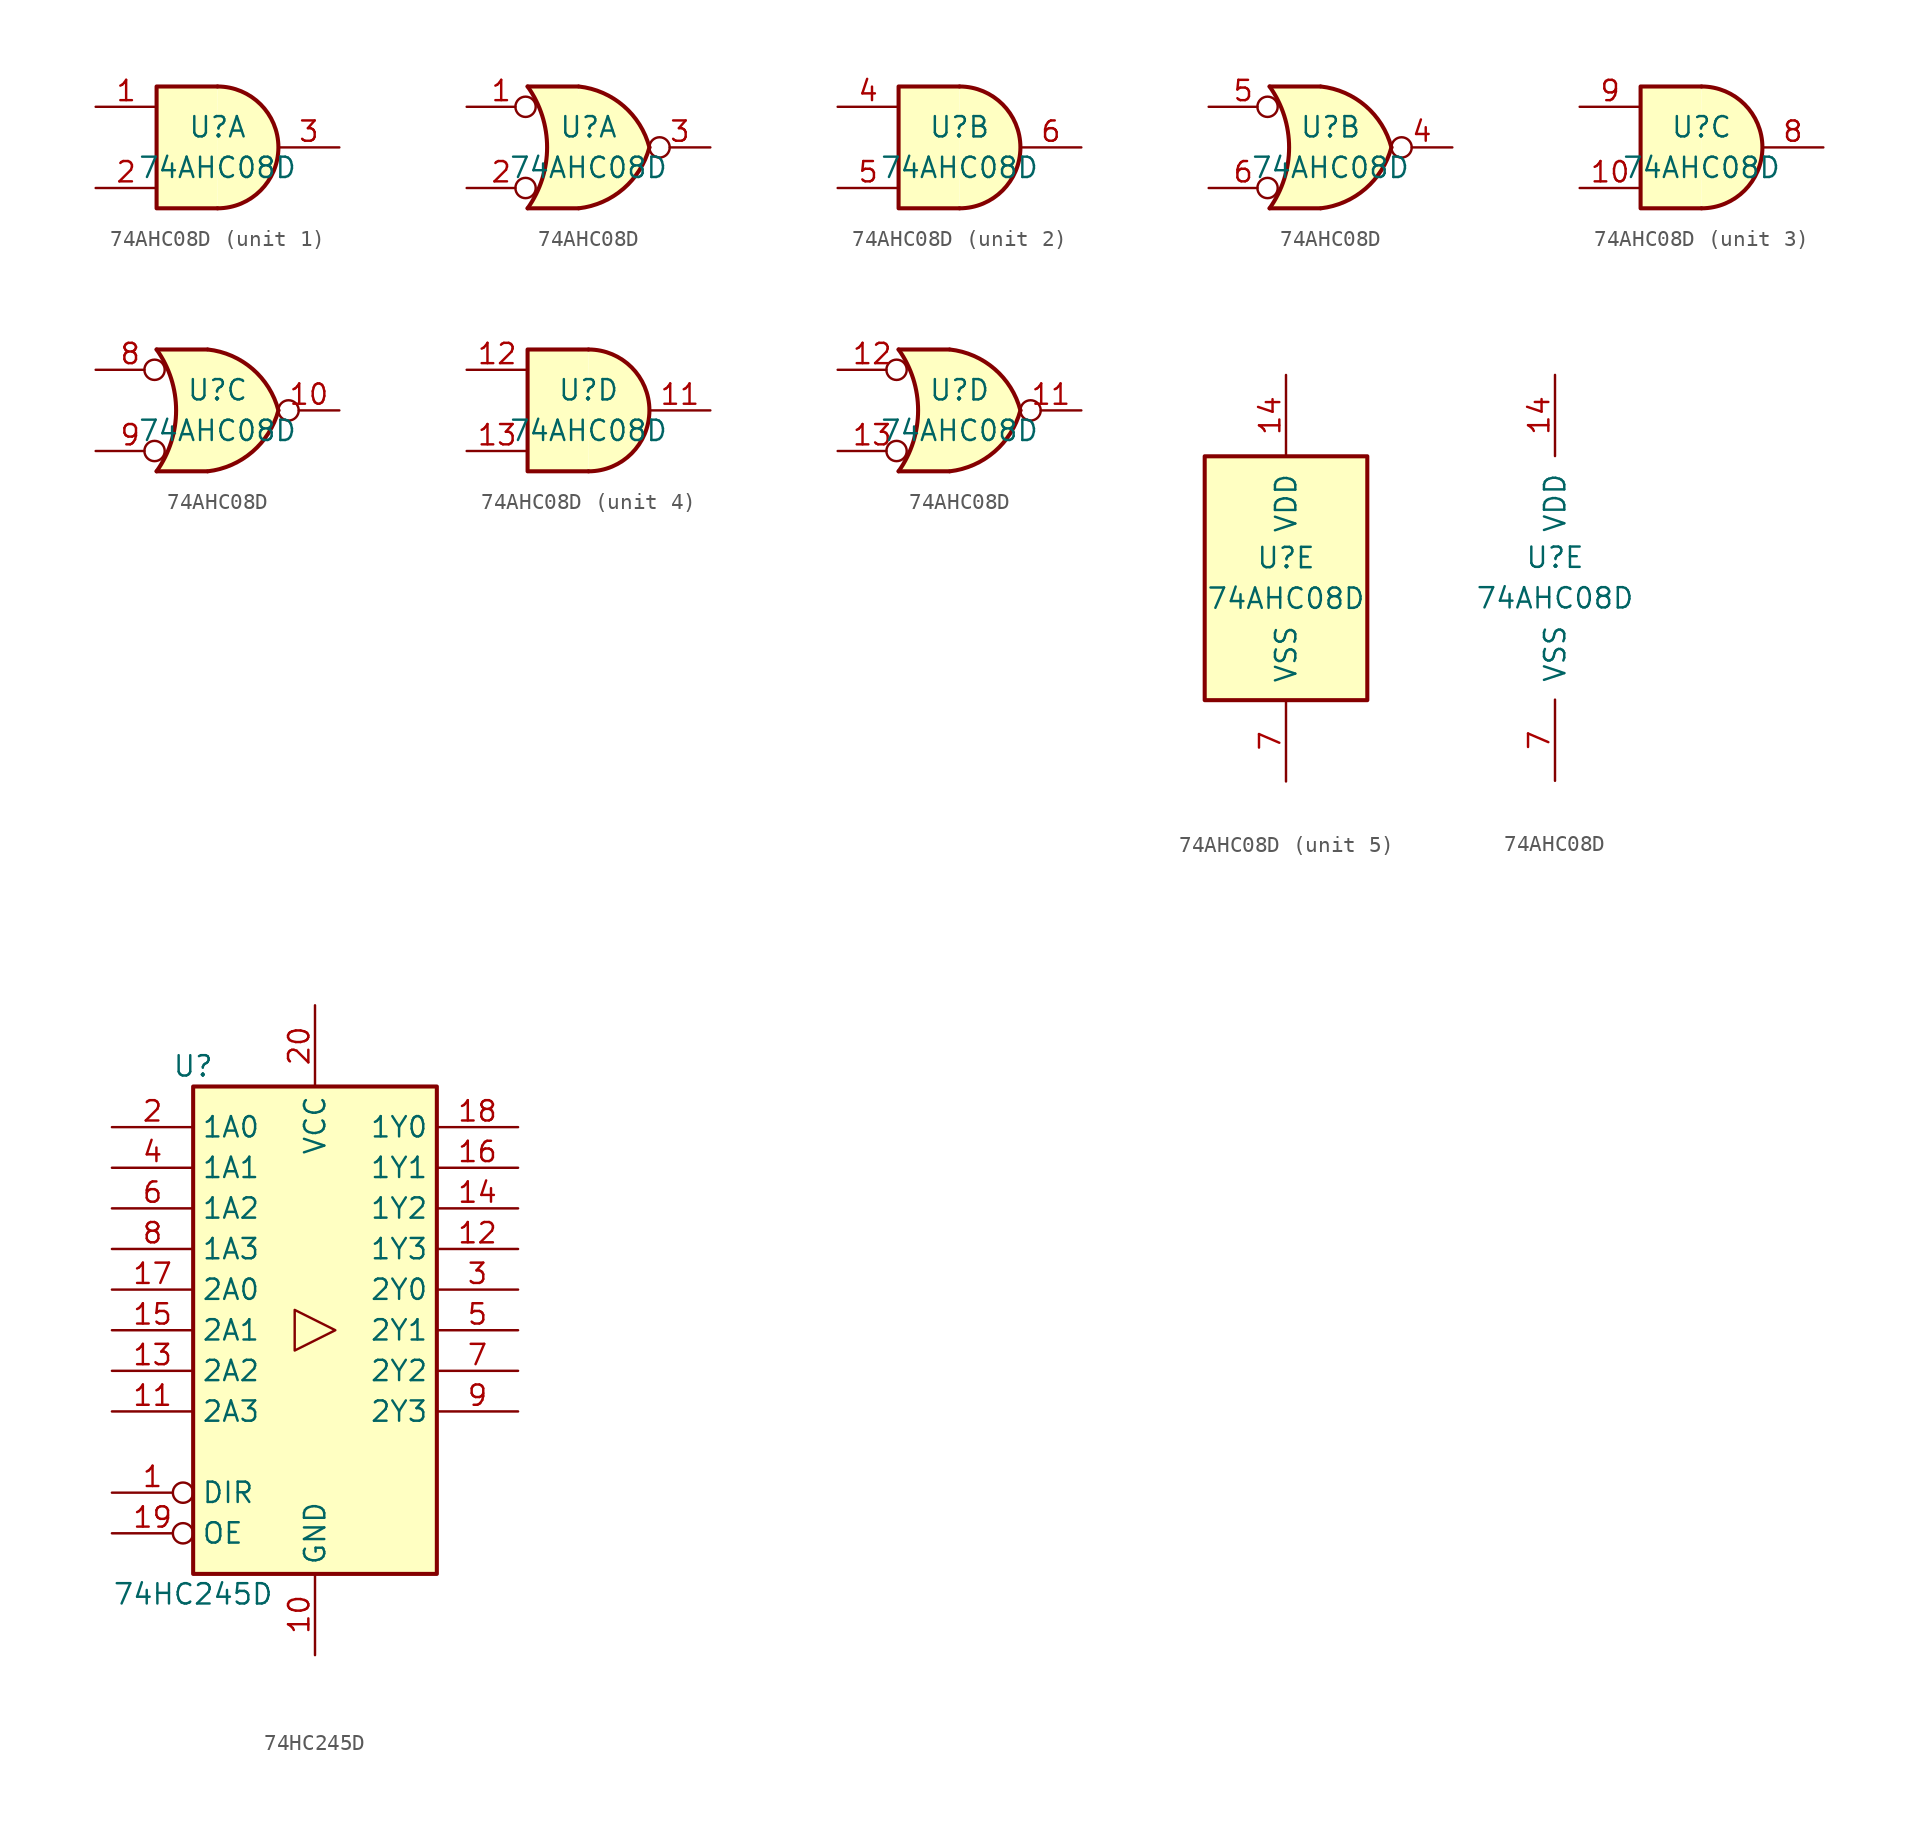
<source format=kicad_sym>
(kicad_symbol_lib
  (version 20241209)
  (generator "kicad_symbol_editor")
  (generator_version "9.0")
  (symbol "74AHC08D"
    (pin_names
      (offset 1.016))
    (property "Reference" "U"
      (at 0 1.27 0)
      (effects (font (size 1.27 1.27))))
    (property "Value" "74AHC08D"
      (at 0 -1.27 0)
      (effects (font (size 1.27 1.27))))
    (property "ki_locked" ""
      (at 0 0 0)
      (effects (font (size 1.27 1.27))))
    (symbol "74AHC08D_1_1"
      (arc (start 0 3.81) (mid 3.7934 0) (end 0 -3.81) (stroke (width 0.254) (type default)) (fill (type background)))
      (polyline (pts (xy 0 3.81) (xy -3.81 3.81) (xy -3.81 -3.81) (xy 0 -3.81)) (stroke (width 0.254) (type default)) (fill (type background)))
      (pin input line (at -7.62 2.54 0) (length 3.81) (name "~" (effects (font (size 1.27 1.27)))) (number "1" (effects (font (size 1.27 1.27)))))
      (pin input line (at -7.62 -2.54 0) (length 3.81) (name "~" (effects (font (size 1.27 1.27)))) (number "2" (effects (font (size 1.27 1.27)))))
      (pin output line (at 7.62 0 180) (length 3.81) (name "~" (effects (font (size 1.27 1.27)))) (number "3" (effects (font (size 1.27 1.27))))))
    (symbol "74AHC08D_1_2"
      (arc (start -3.81 3.81) (mid -2.589 0) (end -3.81 -3.81) (stroke (width 0.254) (type default)) (fill (type none)))
      (polyline (pts (xy -3.81 3.81) (xy -0.635 3.81)) (stroke (width 0.254) (type default)) (fill (type background)))
      (polyline (pts (xy -3.81 -3.81) (xy -0.635 -3.81)) (stroke (width 0.254) (type default)) (fill (type background)))
      (arc (start 3.81 0) (mid 2.1855 -2.584) (end -0.6096 -3.81) (stroke (width 0.254) (type default)) (fill (type background)))
      (arc (start -0.6096 3.81) (mid 2.1928 2.5924) (end 3.81 0) (stroke (width 0.254) (type default)) (fill (type background)))
      (polyline (pts (xy -0.635 3.81) (xy -3.81 3.81) (xy -3.81 3.81) (xy -3.556 3.404) (xy -3.023 2.261) (xy -2.692 1.041) (xy -2.616 -0.254) (xy -2.769 -1.499) (xy -3.175 -2.718) (xy -3.81 -3.81) (xy -3.81 -3.81) (xy -0.635 -3.81)) (stroke (width -25.4) (type default)) (fill (type background)))
      (pin input inverted (at -7.62 2.54 0) (length 4.318) (name "~" (effects (font (size 1.27 1.27)))) (number "1" (effects (font (size 1.27 1.27)))))
      (pin input inverted (at -7.62 -2.54 0) (length 4.318) (name "~" (effects (font (size 1.27 1.27)))) (number "2" (effects (font (size 1.27 1.27)))))
      (pin output inverted (at 7.62 0 180) (length 3.81) (name "~" (effects (font (size 1.27 1.27)))) (number "3" (effects (font (size 1.27 1.27))))))
    (symbol "74AHC08D_2_1"
      (arc (start 0 3.81) (mid 3.7934 0) (end 0 -3.81) (stroke (width 0.254) (type default)) (fill (type background)))
      (polyline (pts (xy 0 3.81) (xy -3.81 3.81) (xy -3.81 -3.81) (xy 0 -3.81)) (stroke (width 0.254) (type default)) (fill (type background)))
      (pin input line (at -7.62 2.54 0) (length 3.81) (name "~" (effects (font (size 1.27 1.27)))) (number "4" (effects (font (size 1.27 1.27)))))
      (pin input line (at -7.62 -2.54 0) (length 3.81) (name "~" (effects (font (size 1.27 1.27)))) (number "5" (effects (font (size 1.27 1.27)))))
      (pin output line (at 7.62 0 180) (length 3.81) (name "~" (effects (font (size 1.27 1.27)))) (number "6" (effects (font (size 1.27 1.27))))))
    (symbol "74AHC08D_2_2"
      (arc (start -3.81 3.81) (mid -2.589 0) (end -3.81 -3.81) (stroke (width 0.254) (type default)) (fill (type none)))
      (polyline (pts (xy -3.81 3.81) (xy -0.635 3.81)) (stroke (width 0.254) (type default)) (fill (type background)))
      (polyline (pts (xy -3.81 -3.81) (xy -0.635 -3.81)) (stroke (width 0.254) (type default)) (fill (type background)))
      (arc (start 3.81 0) (mid 2.1855 -2.584) (end -0.6096 -3.81) (stroke (width 0.254) (type default)) (fill (type background)))
      (arc (start -0.6096 3.81) (mid 2.1928 2.5924) (end 3.81 0) (stroke (width 0.254) (type default)) (fill (type background)))
      (polyline (pts (xy -0.635 3.81) (xy -3.81 3.81) (xy -3.81 3.81) (xy -3.556 3.404) (xy -3.023 2.261) (xy -2.692 1.041) (xy -2.616 -0.254) (xy -2.769 -1.499) (xy -3.175 -2.718) (xy -3.81 -3.81) (xy -3.81 -3.81) (xy -0.635 -3.81)) (stroke (width -25.4) (type default)) (fill (type background)))
      (pin input inverted (at -7.62 2.54 0) (length 4.318) (name "~" (effects (font (size 1.27 1.27)))) (number "5" (effects (font (size 1.27 1.27)))))
      (pin input inverted (at -7.62 -2.54 0) (length 4.318) (name "~" (effects (font (size 1.27 1.27)))) (number "6" (effects (font (size 1.27 1.27)))))
      (pin output inverted (at 7.62 0 180) (length 3.81) (name "~" (effects (font (size 1.27 1.27)))) (number "4" (effects (font (size 1.27 1.27))))))
    (symbol "74AHC08D_3_1"
      (arc (start 0 3.81) (mid 3.7934 0) (end 0 -3.81) (stroke (width 0.254) (type default)) (fill (type background)))
      (polyline (pts (xy 0 3.81) (xy -3.81 3.81) (xy -3.81 -3.81) (xy 0 -3.81)) (stroke (width 0.254) (type default)) (fill (type background)))
      (pin input line (at -7.62 2.54 0) (length 3.81) (name "~" (effects (font (size 1.27 1.27)))) (number "9" (effects (font (size 1.27 1.27)))))
      (pin input line (at -7.62 -2.54 0) (length 3.81) (name "~" (effects (font (size 1.27 1.27)))) (number "10" (effects (font (size 1.27 1.27)))))
      (pin output line (at 7.62 0 180) (length 3.81) (name "~" (effects (font (size 1.27 1.27)))) (number "8" (effects (font (size 1.27 1.27))))))
    (symbol "74AHC08D_3_2"
      (arc (start -3.81 3.81) (mid -2.589 0) (end -3.81 -3.81) (stroke (width 0.254) (type default)) (fill (type none)))
      (polyline (pts (xy -3.81 3.81) (xy -0.635 3.81)) (stroke (width 0.254) (type default)) (fill (type background)))
      (polyline (pts (xy -3.81 -3.81) (xy -0.635 -3.81)) (stroke (width 0.254) (type default)) (fill (type background)))
      (arc (start 3.81 0) (mid 2.1855 -2.584) (end -0.6096 -3.81) (stroke (width 0.254) (type default)) (fill (type background)))
      (arc (start -0.6096 3.81) (mid 2.1928 2.5924) (end 3.81 0) (stroke (width 0.254) (type default)) (fill (type background)))
      (polyline (pts (xy -0.635 3.81) (xy -3.81 3.81) (xy -3.81 3.81) (xy -3.556 3.404) (xy -3.023 2.261) (xy -2.692 1.041) (xy -2.616 -0.254) (xy -2.769 -1.499) (xy -3.175 -2.718) (xy -3.81 -3.81) (xy -3.81 -3.81) (xy -0.635 -3.81)) (stroke (width -25.4) (type default)) (fill (type background)))
      (pin input inverted (at -7.62 2.54 0) (length 4.318) (name "~" (effects (font (size 1.27 1.27)))) (number "8" (effects (font (size 1.27 1.27)))))
      (pin input inverted (at -7.62 -2.54 0) (length 4.318) (name "~" (effects (font (size 1.27 1.27)))) (number "9" (effects (font (size 1.27 1.27)))))
      (pin output inverted (at 7.62 0 180) (length 3.81) (name "~" (effects (font (size 1.27 1.27)))) (number "10" (effects (font (size 1.27 1.27))))))
    (symbol "74AHC08D_4_1"
      (arc (start 0 3.81) (mid 3.7934 0) (end 0 -3.81) (stroke (width 0.254) (type default)) (fill (type background)))
      (polyline (pts (xy 0 3.81) (xy -3.81 3.81) (xy -3.81 -3.81) (xy 0 -3.81)) (stroke (width 0.254) (type default)) (fill (type background)))
      (pin input line (at -7.62 2.54 0) (length 3.81) (name "~" (effects (font (size 1.27 1.27)))) (number "12" (effects (font (size 1.27 1.27)))))
      (pin input line (at -7.62 -2.54 0) (length 3.81) (name "~" (effects (font (size 1.27 1.27)))) (number "13" (effects (font (size 1.27 1.27)))))
      (pin output line (at 7.62 0 180) (length 3.81) (name "~" (effects (font (size 1.27 1.27)))) (number "11" (effects (font (size 1.27 1.27))))))
    (symbol "74AHC08D_4_2"
      (arc (start -3.81 3.81) (mid -2.589 0) (end -3.81 -3.81) (stroke (width 0.254) (type default)) (fill (type none)))
      (polyline (pts (xy -3.81 3.81) (xy -0.635 3.81)) (stroke (width 0.254) (type default)) (fill (type background)))
      (polyline (pts (xy -3.81 -3.81) (xy -0.635 -3.81)) (stroke (width 0.254) (type default)) (fill (type background)))
      (arc (start 3.81 0) (mid 2.1855 -2.584) (end -0.6096 -3.81) (stroke (width 0.254) (type default)) (fill (type background)))
      (arc (start -0.6096 3.81) (mid 2.1928 2.5924) (end 3.81 0) (stroke (width 0.254) (type default)) (fill (type background)))
      (polyline (pts (xy -0.635 3.81) (xy -3.81 3.81) (xy -3.81 3.81) (xy -3.556 3.404) (xy -3.023 2.261) (xy -2.692 1.041) (xy -2.616 -0.254) (xy -2.769 -1.499) (xy -3.175 -2.718) (xy -3.81 -3.81) (xy -3.81 -3.81) (xy -0.635 -3.81)) (stroke (width -25.4) (type default)) (fill (type background)))
      (pin input inverted (at -7.62 2.54 0) (length 4.318) (name "~" (effects (font (size 1.27 1.27)))) (number "12" (effects (font (size 1.27 1.27)))))
      (pin input inverted (at -7.62 -2.54 0) (length 4.318) (name "~" (effects (font (size 1.27 1.27)))) (number "13" (effects (font (size 1.27 1.27)))))
      (pin output inverted (at 7.62 0 180) (length 3.81) (name "~" (effects (font (size 1.27 1.27)))) (number "11" (effects (font (size 1.27 1.27))))))
    (symbol "74AHC08D_5_0"
      (pin power_in line (at 0 12.7 270) (length 5.08) (name "VDD" (effects (font (size 1.27 1.27)))) (number "14" (effects (font (size 1.27 1.27)))))
      (pin power_in line (at 0 -12.7 90) (length 5.08) (name "VSS" (effects (font (size 1.27 1.27)))) (number "7" (effects (font (size 1.27 1.27))))))
    (symbol "74AHC08D_5_1"
      (rectangle (start -5.08 7.62) (end 5.08 -7.62) (stroke (width 0.254) (type default)) (fill (type background)))))
  (symbol "74HC245D"
    (property "Reference" "U"
      (at -7.62 16.51 0)
      (effects (font (size 1.27 1.27))))
    (property "Value" "74HC245D"
      (at -7.62 -16.51 0)
      (effects (font (size 1.27 1.27))))
    (symbol "74HC245D_1_0"
      (polyline (pts (xy 1.27 0) (xy -1.27 1.27) (xy -1.27 -1.27) (xy 1.27 0)) (stroke (width 0.152) (type default)) (fill (type none)))
      (pin bidirectional line (at -12.7 12.7 0) (length 5.08) (name "1A0" (effects (font (size 1.27 1.27)))) (number "2" (effects (font (size 1.27 1.27)))))
      (pin bidirectional line (at -12.7 10.16 0) (length 5.08) (name "1A1" (effects (font (size 1.27 1.27)))) (number "4" (effects (font (size 1.27 1.27)))))
      (pin bidirectional line (at -12.7 7.62 0) (length 5.08) (name "1A2" (effects (font (size 1.27 1.27)))) (number "6" (effects (font (size 1.27 1.27)))))
      (pin bidirectional line (at -12.7 5.08 0) (length 5.08) (name "1A3" (effects (font (size 1.27 1.27)))) (number "8" (effects (font (size 1.27 1.27)))))
      (pin bidirectional line (at -12.7 2.54 0) (length 5.08) (name "2A0" (effects (font (size 1.27 1.27)))) (number "17" (effects (font (size 1.27 1.27)))))
      (pin bidirectional line (at -12.7 0 0) (length 5.08) (name "2A1" (effects (font (size 1.27 1.27)))) (number "15" (effects (font (size 1.27 1.27)))))
      (pin bidirectional line (at -12.7 -2.54 0) (length 5.08) (name "2A2" (effects (font (size 1.27 1.27)))) (number "13" (effects (font (size 1.27 1.27)))))
      (pin bidirectional line (at -12.7 -5.08 0) (length 5.08) (name "2A3" (effects (font (size 1.27 1.27)))) (number "11" (effects (font (size 1.27 1.27)))))
      (pin input inverted (at -12.7 -10.16 0) (length 5.08) (name "DIR" (effects (font (size 1.27 1.27)))) (number "1" (effects (font (size 1.27 1.27)))))
      (pin input inverted (at -12.7 -12.7 0) (length 5.08) (name "OE" (effects (font (size 1.27 1.27)))) (number "19" (effects (font (size 1.27 1.27)))))
      (pin power_in line (at 0 20.32 270) (length 5.08) (name "VCC" (effects (font (size 1.27 1.27)))) (number "20" (effects (font (size 1.27 1.27)))))
      (pin power_in line (at 0 -20.32 90) (length 5.08) (name "GND" (effects (font (size 1.27 1.27)))) (number "10" (effects (font (size 1.27 1.27)))))
      (pin tri_state line (at 12.7 12.7 180) (length 5.08) (name "1Y0" (effects (font (size 1.27 1.27)))) (number "18" (effects (font (size 1.27 1.27)))))
      (pin tri_state line (at 12.7 10.16 180) (length 5.08) (name "1Y1" (effects (font (size 1.27 1.27)))) (number "16" (effects (font (size 1.27 1.27)))))
      (pin tri_state line (at 12.7 7.62 180) (length 5.08) (name "1Y2" (effects (font (size 1.27 1.27)))) (number "14" (effects (font (size 1.27 1.27)))))
      (pin tri_state line (at 12.7 5.08 180) (length 5.08) (name "1Y3" (effects (font (size 1.27 1.27)))) (number "12" (effects (font (size 1.27 1.27)))))
      (pin tri_state line (at 12.7 2.54 180) (length 5.08) (name "2Y0" (effects (font (size 1.27 1.27)))) (number "3" (effects (font (size 1.27 1.27)))))
      (pin tri_state line (at 12.7 0 180) (length 5.08) (name "2Y1" (effects (font (size 1.27 1.27)))) (number "5" (effects (font (size 1.27 1.27)))))
      (pin tri_state line (at 12.7 -2.54 180) (length 5.08) (name "2Y2" (effects (font (size 1.27 1.27)))) (number "7" (effects (font (size 1.27 1.27)))))
      (pin tri_state line (at 12.7 -5.08 180) (length 5.08) (name "2Y3" (effects (font (size 1.27 1.27)))) (number "9" (effects (font (size 1.27 1.27))))))
    (symbol "74HC245D_1_1"
      (rectangle (start -7.62 15.24) (end 7.62 -15.24) (stroke (width 0.254) (type default)) (fill (type background))))))
</source>
